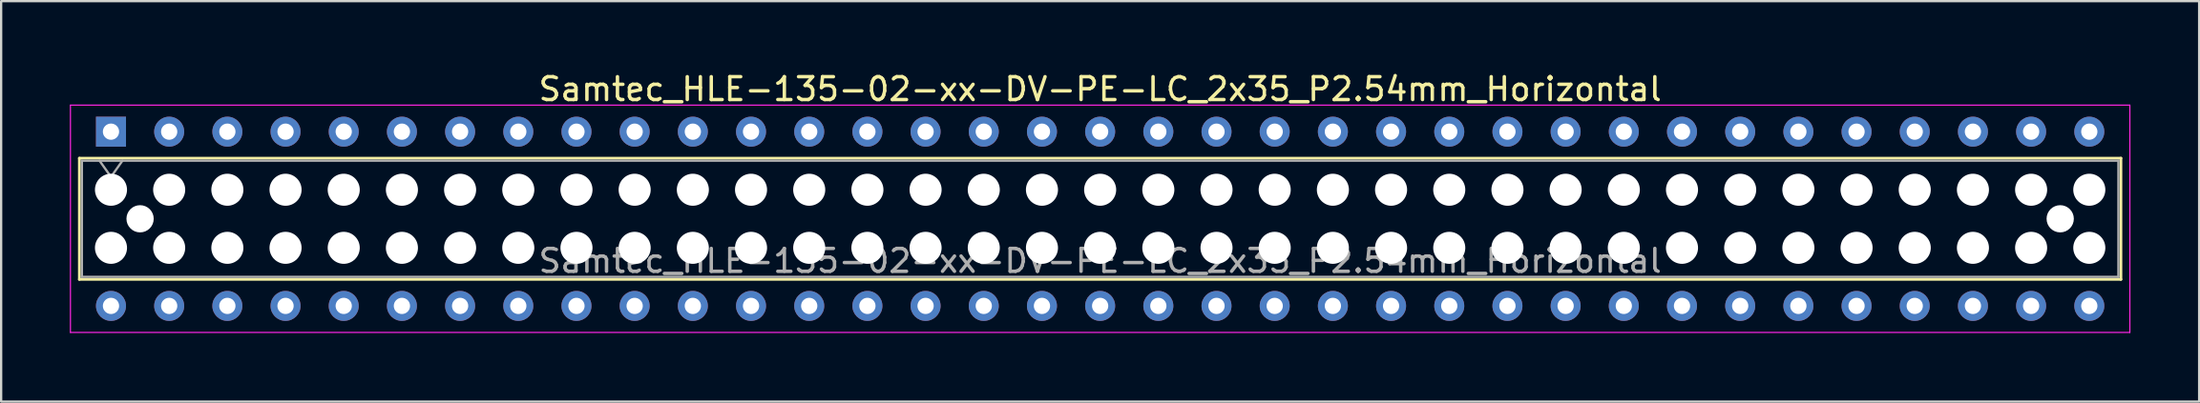
<source format=kicad_pcb>
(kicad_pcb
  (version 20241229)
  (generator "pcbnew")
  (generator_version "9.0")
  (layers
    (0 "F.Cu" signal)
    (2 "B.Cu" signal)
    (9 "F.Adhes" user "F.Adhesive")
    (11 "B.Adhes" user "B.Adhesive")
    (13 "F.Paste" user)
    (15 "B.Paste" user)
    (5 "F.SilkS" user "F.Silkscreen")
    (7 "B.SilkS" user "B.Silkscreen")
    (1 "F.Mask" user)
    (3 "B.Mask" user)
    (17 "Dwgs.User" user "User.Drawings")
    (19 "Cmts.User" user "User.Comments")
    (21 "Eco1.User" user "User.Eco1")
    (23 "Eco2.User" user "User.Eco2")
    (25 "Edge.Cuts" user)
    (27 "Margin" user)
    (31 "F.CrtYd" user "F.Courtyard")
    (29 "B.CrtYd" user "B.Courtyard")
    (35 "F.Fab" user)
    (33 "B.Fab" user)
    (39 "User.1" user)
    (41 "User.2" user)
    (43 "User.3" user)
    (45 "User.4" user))
  (footprint "Samtec_HLE-135-02-xx-DV-PE-LC_2x35_P2.54mm_Horizontal"
    (layer "F.Cu")
    (at 1.795 2.708)
    (property "Reference" "Samtec_HLE-135-02-xx-DV-PE-LC_2x35_P2.54mm_Horizontal" (at 43.18 -1.86 0) (layer "F.SilkS") (effects (font (size 1 1) (thickness 0.15))))
    (attr through_hole)
    (fp_line (start -1.38 1.16) (end 87.74 1.16) (stroke (width 0.12) (type solid)) (layer "F.SilkS"))
    (fp_line (start -1.38 6.46) (end -1.38 1.16) (stroke (width 0.12) (type solid)) (layer "F.SilkS"))
    (fp_line (start 87.74 1.16) (end 87.74 6.46) (stroke (width 0.12) (type solid)) (layer "F.SilkS"))
    (fp_line (start 87.74 6.46) (end -1.38 6.46) (stroke (width 0.12) (type solid)) (layer "F.SilkS"))
    (fp_line (start -1.77 -1.16) (end 88.13 -1.16) (stroke (width 0.05) (type solid)) (layer "F.CrtYd"))
    (fp_line (start -1.77 8.78) (end -1.77 -1.16) (stroke (width 0.05) (type solid)) (layer "F.CrtYd"))
    (fp_line (start 88.13 -1.16) (end 88.13 8.78) (stroke (width 0.05) (type solid)) (layer "F.CrtYd"))
    (fp_line (start 88.13 8.78) (end -1.77 8.78) (stroke (width 0.05) (type solid)) (layer "F.CrtYd"))
    (fp_line (start -1.27 1.27) (end 87.63 1.27) (stroke (width 0.1) (type solid)) (layer "F.Fab"))
    (fp_line (start -1.27 6.35) (end -1.27 1.27) (stroke (width 0.1) (type solid)) (layer "F.Fab"))
    (fp_line (start -0.5 1.27) (end 0 1.977) (stroke (width 0.1) (type solid)) (layer "F.Fab"))
    (fp_line (start 0 1.977) (end 0.5 1.27) (stroke (width 0.1) (type solid)) (layer "F.Fab"))
    (fp_line (start 87.63 1.27) (end 87.63 6.35) (stroke (width 0.1) (type solid)) (layer "F.Fab"))
    (fp_line (start 87.63 6.35) (end -1.27 6.35) (stroke (width 0.1) (type solid)) (layer "F.Fab"))
    (fp_text user "${REFERENCE}" (at 43.18 5.65 0) (layer "F.Fab") (effects (font (size 1 1) (thickness 0.15))))
    (pad "" np_thru_hole circle (at 0 2.54) (size 1.4 1.4) (drill 1.4) (layers "*.Cu" "*.Mask"))
    (pad "" np_thru_hole circle (at 0 5.08) (size 1.4 1.4) (drill 1.4) (layers "*.Cu" "*.Mask"))
    (pad "" np_thru_hole circle (at 1.27 3.81) (size 1.19 1.19) (drill 1.19) (layers "*.Cu" "*.Mask"))
    (pad "" np_thru_hole circle (at 2.54 2.54) (size 1.4 1.4) (drill 1.4) (layers "*.Cu" "*.Mask"))
    (pad "" np_thru_hole circle (at 2.54 5.08) (size 1.4 1.4) (drill 1.4) (layers "*.Cu" "*.Mask"))
    (pad "" np_thru_hole circle (at 5.08 2.54) (size 1.4 1.4) (drill 1.4) (layers "*.Cu" "*.Mask"))
    (pad "" np_thru_hole circle (at 5.08 5.08) (size 1.4 1.4) (drill 1.4) (layers "*.Cu" "*.Mask"))
    (pad "" np_thru_hole circle (at 7.62 2.54) (size 1.4 1.4) (drill 1.4) (layers "*.Cu" "*.Mask"))
    (pad "" np_thru_hole circle (at 7.62 5.08) (size 1.4 1.4) (drill 1.4) (layers "*.Cu" "*.Mask"))
    (pad "" np_thru_hole circle (at 10.16 2.54) (size 1.4 1.4) (drill 1.4) (layers "*.Cu" "*.Mask"))
    (pad "" np_thru_hole circle (at 10.16 5.08) (size 1.4 1.4) (drill 1.4) (layers "*.Cu" "*.Mask"))
    (pad "" np_thru_hole circle (at 12.7 2.54) (size 1.4 1.4) (drill 1.4) (layers "*.Cu" "*.Mask"))
    (pad "" np_thru_hole circle (at 12.7 5.08) (size 1.4 1.4) (drill 1.4) (layers "*.Cu" "*.Mask"))
    (pad "" np_thru_hole circle (at 15.24 2.54) (size 1.4 1.4) (drill 1.4) (layers "*.Cu" "*.Mask"))
    (pad "" np_thru_hole circle (at 15.24 5.08) (size 1.4 1.4) (drill 1.4) (layers "*.Cu" "*.Mask"))
    (pad "" np_thru_hole circle (at 17.78 2.54) (size 1.4 1.4) (drill 1.4) (layers "*.Cu" "*.Mask"))
    (pad "" np_thru_hole circle (at 17.78 5.08) (size 1.4 1.4) (drill 1.4) (layers "*.Cu" "*.Mask"))
    (pad "" np_thru_hole circle (at 20.32 2.54) (size 1.4 1.4) (drill 1.4) (layers "*.Cu" "*.Mask"))
    (pad "" np_thru_hole circle (at 20.32 5.08) (size 1.4 1.4) (drill 1.4) (layers "*.Cu" "*.Mask"))
    (pad "" np_thru_hole circle (at 22.86 2.54) (size 1.4 1.4) (drill 1.4) (layers "*.Cu" "*.Mask"))
    (pad "" np_thru_hole circle (at 22.86 5.08) (size 1.4 1.4) (drill 1.4) (layers "*.Cu" "*.Mask"))
    (pad "" np_thru_hole circle (at 25.4 2.54) (size 1.4 1.4) (drill 1.4) (layers "*.Cu" "*.Mask"))
    (pad "" np_thru_hole circle (at 25.4 5.08) (size 1.4 1.4) (drill 1.4) (layers "*.Cu" "*.Mask"))
    (pad "" np_thru_hole circle (at 27.94 2.54) (size 1.4 1.4) (drill 1.4) (layers "*.Cu" "*.Mask"))
    (pad "" np_thru_hole circle (at 27.94 5.08) (size 1.4 1.4) (drill 1.4) (layers "*.Cu" "*.Mask"))
    (pad "" np_thru_hole circle (at 30.48 2.54) (size 1.4 1.4) (drill 1.4) (layers "*.Cu" "*.Mask"))
    (pad "" np_thru_hole circle (at 30.48 5.08) (size 1.4 1.4) (drill 1.4) (layers "*.Cu" "*.Mask"))
    (pad "" np_thru_hole circle (at 33.02 2.54) (size 1.4 1.4) (drill 1.4) (layers "*.Cu" "*.Mask"))
    (pad "" np_thru_hole circle (at 33.02 5.08) (size 1.4 1.4) (drill 1.4) (layers "*.Cu" "*.Mask"))
    (pad "" np_thru_hole circle (at 35.56 2.54) (size 1.4 1.4) (drill 1.4) (layers "*.Cu" "*.Mask"))
    (pad "" np_thru_hole circle (at 35.56 5.08) (size 1.4 1.4) (drill 1.4) (layers "*.Cu" "*.Mask"))
    (pad "" np_thru_hole circle (at 38.1 2.54) (size 1.4 1.4) (drill 1.4) (layers "*.Cu" "*.Mask"))
    (pad "" np_thru_hole circle (at 38.1 5.08) (size 1.4 1.4) (drill 1.4) (layers "*.Cu" "*.Mask"))
    (pad "" np_thru_hole circle (at 40.64 2.54) (size 1.4 1.4) (drill 1.4) (layers "*.Cu" "*.Mask"))
    (pad "" np_thru_hole circle (at 40.64 5.08) (size 1.4 1.4) (drill 1.4) (layers "*.Cu" "*.Mask"))
    (pad "" np_thru_hole circle (at 43.18 2.54) (size 1.4 1.4) (drill 1.4) (layers "*.Cu" "*.Mask"))
    (pad "" np_thru_hole circle (at 43.18 5.08) (size 1.4 1.4) (drill 1.4) (layers "*.Cu" "*.Mask"))
    (pad "" np_thru_hole circle (at 45.72 2.54) (size 1.4 1.4) (drill 1.4) (layers "*.Cu" "*.Mask"))
    (pad "" np_thru_hole circle (at 45.72 5.08) (size 1.4 1.4) (drill 1.4) (layers "*.Cu" "*.Mask"))
    (pad "" np_thru_hole circle (at 48.26 2.54) (size 1.4 1.4) (drill 1.4) (layers "*.Cu" "*.Mask"))
    (pad "" np_thru_hole circle (at 48.26 5.08) (size 1.4 1.4) (drill 1.4) (layers "*.Cu" "*.Mask"))
    (pad "" np_thru_hole circle (at 50.8 2.54) (size 1.4 1.4) (drill 1.4) (layers "*.Cu" "*.Mask"))
    (pad "" np_thru_hole circle (at 50.8 5.08) (size 1.4 1.4) (drill 1.4) (layers "*.Cu" "*.Mask"))
    (pad "" np_thru_hole circle (at 53.34 2.54) (size 1.4 1.4) (drill 1.4) (layers "*.Cu" "*.Mask"))
    (pad "" np_thru_hole circle (at 53.34 5.08) (size 1.4 1.4) (drill 1.4) (layers "*.Cu" "*.Mask"))
    (pad "" np_thru_hole circle (at 55.88 2.54) (size 1.4 1.4) (drill 1.4) (layers "*.Cu" "*.Mask"))
    (pad "" np_thru_hole circle (at 55.88 5.08) (size 1.4 1.4) (drill 1.4) (layers "*.Cu" "*.Mask"))
    (pad "" np_thru_hole circle (at 58.42 2.54) (size 1.4 1.4) (drill 1.4) (layers "*.Cu" "*.Mask"))
    (pad "" np_thru_hole circle (at 58.42 5.08) (size 1.4 1.4) (drill 1.4) (layers "*.Cu" "*.Mask"))
    (pad "" np_thru_hole circle (at 60.96 2.54) (size 1.4 1.4) (drill 1.4) (layers "*.Cu" "*.Mask"))
    (pad "" np_thru_hole circle (at 60.96 5.08) (size 1.4 1.4) (drill 1.4) (layers "*.Cu" "*.Mask"))
    (pad "" np_thru_hole circle (at 63.5 2.54) (size 1.4 1.4) (drill 1.4) (layers "*.Cu" "*.Mask"))
    (pad "" np_thru_hole circle (at 63.5 5.08) (size 1.4 1.4) (drill 1.4) (layers "*.Cu" "*.Mask"))
    (pad "" np_thru_hole circle (at 66.04 2.54) (size 1.4 1.4) (drill 1.4) (layers "*.Cu" "*.Mask"))
    (pad "" np_thru_hole circle (at 66.04 5.08) (size 1.4 1.4) (drill 1.4) (layers "*.Cu" "*.Mask"))
    (pad "" np_thru_hole circle (at 68.58 2.54) (size 1.4 1.4) (drill 1.4) (layers "*.Cu" "*.Mask"))
    (pad "" np_thru_hole circle (at 68.58 5.08) (size 1.4 1.4) (drill 1.4) (layers "*.Cu" "*.Mask"))
    (pad "" np_thru_hole circle (at 71.12 2.54) (size 1.4 1.4) (drill 1.4) (layers "*.Cu" "*.Mask"))
    (pad "" np_thru_hole circle (at 71.12 5.08) (size 1.4 1.4) (drill 1.4) (layers "*.Cu" "*.Mask"))
    (pad "" np_thru_hole circle (at 73.66 2.54) (size 1.4 1.4) (drill 1.4) (layers "*.Cu" "*.Mask"))
    (pad "" np_thru_hole circle (at 73.66 5.08) (size 1.4 1.4) (drill 1.4) (layers "*.Cu" "*.Mask"))
    (pad "" np_thru_hole circle (at 76.2 2.54) (size 1.4 1.4) (drill 1.4) (layers "*.Cu" "*.Mask"))
    (pad "" np_thru_hole circle (at 76.2 5.08) (size 1.4 1.4) (drill 1.4) (layers "*.Cu" "*.Mask"))
    (pad "" np_thru_hole circle (at 78.74 2.54) (size 1.4 1.4) (drill 1.4) (layers "*.Cu" "*.Mask"))
    (pad "" np_thru_hole circle (at 78.74 5.08) (size 1.4 1.4) (drill 1.4) (layers "*.Cu" "*.Mask"))
    (pad "" np_thru_hole circle (at 81.28 2.54) (size 1.4 1.4) (drill 1.4) (layers "*.Cu" "*.Mask"))
    (pad "" np_thru_hole circle (at 81.28 5.08) (size 1.4 1.4) (drill 1.4) (layers "*.Cu" "*.Mask"))
    (pad "" np_thru_hole circle (at 83.82 2.54) (size 1.4 1.4) (drill 1.4) (layers "*.Cu" "*.Mask"))
    (pad "" np_thru_hole circle (at 83.82 5.08) (size 1.4 1.4) (drill 1.4) (layers "*.Cu" "*.Mask"))
    (pad "" np_thru_hole circle (at 85.09 3.81) (size 1.19 1.19) (drill 1.19) (layers "*.Cu" "*.Mask"))
    (pad "" np_thru_hole circle (at 86.36 2.54) (size 1.4 1.4) (drill 1.4) (layers "*.Cu" "*.Mask"))
    (pad "" np_thru_hole circle (at 86.36 5.08) (size 1.4 1.4) (drill 1.4) (layers "*.Cu" "*.Mask"))
    (pad "1" thru_hole rect (at 0 0) (size 1.31 1.31) (drill 0.71) (layers "*.Cu" "*.Mask"))
    (pad "2" thru_hole circle (at 0 7.62) (size 1.31 1.31) (drill 0.71) (layers "*.Cu" "*.Mask"))
    (pad "3" thru_hole circle (at 2.54 0) (size 1.31 1.31) (drill 0.71) (layers "*.Cu" "*.Mask"))
    (pad "4" thru_hole circle (at 2.54 7.62) (size 1.31 1.31) (drill 0.71) (layers "*.Cu" "*.Mask"))
    (pad "5" thru_hole circle (at 5.08 0) (size 1.31 1.31) (drill 0.71) (layers "*.Cu" "*.Mask"))
    (pad "6" thru_hole circle (at 5.08 7.62) (size 1.31 1.31) (drill 0.71) (layers "*.Cu" "*.Mask"))
    (pad "7" thru_hole circle (at 7.62 0) (size 1.31 1.31) (drill 0.71) (layers "*.Cu" "*.Mask"))
    (pad "8" thru_hole circle (at 7.62 7.62) (size 1.31 1.31) (drill 0.71) (layers "*.Cu" "*.Mask"))
    (pad "9" thru_hole circle (at 10.16 0) (size 1.31 1.31) (drill 0.71) (layers "*.Cu" "*.Mask"))
    (pad "10" thru_hole circle (at 10.16 7.62) (size 1.31 1.31) (drill 0.71) (layers "*.Cu" "*.Mask"))
    (pad "11" thru_hole circle (at 12.7 0) (size 1.31 1.31) (drill 0.71) (layers "*.Cu" "*.Mask"))
    (pad "12" thru_hole circle (at 12.7 7.62) (size 1.31 1.31) (drill 0.71) (layers "*.Cu" "*.Mask"))
    (pad "13" thru_hole circle (at 15.24 0) (size 1.31 1.31) (drill 0.71) (layers "*.Cu" "*.Mask"))
    (pad "14" thru_hole circle (at 15.24 7.62) (size 1.31 1.31) (drill 0.71) (layers "*.Cu" "*.Mask"))
    (pad "15" thru_hole circle (at 17.78 0) (size 1.31 1.31) (drill 0.71) (layers "*.Cu" "*.Mask"))
    (pad "16" thru_hole circle (at 17.78 7.62) (size 1.31 1.31) (drill 0.71) (layers "*.Cu" "*.Mask"))
    (pad "17" thru_hole circle (at 20.32 0) (size 1.31 1.31) (drill 0.71) (layers "*.Cu" "*.Mask"))
    (pad "18" thru_hole circle (at 20.32 7.62) (size 1.31 1.31) (drill 0.71) (layers "*.Cu" "*.Mask"))
    (pad "19" thru_hole circle (at 22.86 0) (size 1.31 1.31) (drill 0.71) (layers "*.Cu" "*.Mask"))
    (pad "20" thru_hole circle (at 22.86 7.62) (size 1.31 1.31) (drill 0.71) (layers "*.Cu" "*.Mask"))
    (pad "21" thru_hole circle (at 25.4 0) (size 1.31 1.31) (drill 0.71) (layers "*.Cu" "*.Mask"))
    (pad "22" thru_hole circle (at 25.4 7.62) (size 1.31 1.31) (drill 0.71) (layers "*.Cu" "*.Mask"))
    (pad "23" thru_hole circle (at 27.94 0) (size 1.31 1.31) (drill 0.71) (layers "*.Cu" "*.Mask"))
    (pad "24" thru_hole circle (at 27.94 7.62) (size 1.31 1.31) (drill 0.71) (layers "*.Cu" "*.Mask"))
    (pad "25" thru_hole circle (at 30.48 0) (size 1.31 1.31) (drill 0.71) (layers "*.Cu" "*.Mask"))
    (pad "26" thru_hole circle (at 30.48 7.62) (size 1.31 1.31) (drill 0.71) (layers "*.Cu" "*.Mask"))
    (pad "27" thru_hole circle (at 33.02 0) (size 1.31 1.31) (drill 0.71) (layers "*.Cu" "*.Mask"))
    (pad "28" thru_hole circle (at 33.02 7.62) (size 1.31 1.31) (drill 0.71) (layers "*.Cu" "*.Mask"))
    (pad "29" thru_hole circle (at 35.56 0) (size 1.31 1.31) (drill 0.71) (layers "*.Cu" "*.Mask"))
    (pad "30" thru_hole circle (at 35.56 7.62) (size 1.31 1.31) (drill 0.71) (layers "*.Cu" "*.Mask"))
    (pad "31" thru_hole circle (at 38.1 0) (size 1.31 1.31) (drill 0.71) (layers "*.Cu" "*.Mask"))
    (pad "32" thru_hole circle (at 38.1 7.62) (size 1.31 1.31) (drill 0.71) (layers "*.Cu" "*.Mask"))
    (pad "33" thru_hole circle (at 40.64 0) (size 1.31 1.31) (drill 0.71) (layers "*.Cu" "*.Mask"))
    (pad "34" thru_hole circle (at 40.64 7.62) (size 1.31 1.31) (drill 0.71) (layers "*.Cu" "*.Mask"))
    (pad "35" thru_hole circle (at 43.18 0) (size 1.31 1.31) (drill 0.71) (layers "*.Cu" "*.Mask"))
    (pad "36" thru_hole circle (at 43.18 7.62) (size 1.31 1.31) (drill 0.71) (layers "*.Cu" "*.Mask"))
    (pad "37" thru_hole circle (at 45.72 0) (size 1.31 1.31) (drill 0.71) (layers "*.Cu" "*.Mask"))
    (pad "38" thru_hole circle (at 45.72 7.62) (size 1.31 1.31) (drill 0.71) (layers "*.Cu" "*.Mask"))
    (pad "39" thru_hole circle (at 48.26 0) (size 1.31 1.31) (drill 0.71) (layers "*.Cu" "*.Mask"))
    (pad "40" thru_hole circle (at 48.26 7.62) (size 1.31 1.31) (drill 0.71) (layers "*.Cu" "*.Mask"))
    (pad "41" thru_hole circle (at 50.8 0) (size 1.31 1.31) (drill 0.71) (layers "*.Cu" "*.Mask"))
    (pad "42" thru_hole circle (at 50.8 7.62) (size 1.31 1.31) (drill 0.71) (layers "*.Cu" "*.Mask"))
    (pad "43" thru_hole circle (at 53.34 0) (size 1.31 1.31) (drill 0.71) (layers "*.Cu" "*.Mask"))
    (pad "44" thru_hole circle (at 53.34 7.62) (size 1.31 1.31) (drill 0.71) (layers "*.Cu" "*.Mask"))
    (pad "45" thru_hole circle (at 55.88 0) (size 1.31 1.31) (drill 0.71) (layers "*.Cu" "*.Mask"))
    (pad "46" thru_hole circle (at 55.88 7.62) (size 1.31 1.31) (drill 0.71) (layers "*.Cu" "*.Mask"))
    (pad "47" thru_hole circle (at 58.42 0) (size 1.31 1.31) (drill 0.71) (layers "*.Cu" "*.Mask"))
    (pad "48" thru_hole circle (at 58.42 7.62) (size 1.31 1.31) (drill 0.71) (layers "*.Cu" "*.Mask"))
    (pad "49" thru_hole circle (at 60.96 0) (size 1.31 1.31) (drill 0.71) (layers "*.Cu" "*.Mask"))
    (pad "50" thru_hole circle (at 60.96 7.62) (size 1.31 1.31) (drill 0.71) (layers "*.Cu" "*.Mask"))
    (pad "51" thru_hole circle (at 63.5 0) (size 1.31 1.31) (drill 0.71) (layers "*.Cu" "*.Mask"))
    (pad "52" thru_hole circle (at 63.5 7.62) (size 1.31 1.31) (drill 0.71) (layers "*.Cu" "*.Mask"))
    (pad "53" thru_hole circle (at 66.04 0) (size 1.31 1.31) (drill 0.71) (layers "*.Cu" "*.Mask"))
    (pad "54" thru_hole circle (at 66.04 7.62) (size 1.31 1.31) (drill 0.71) (layers "*.Cu" "*.Mask"))
    (pad "55" thru_hole circle (at 68.58 0) (size 1.31 1.31) (drill 0.71) (layers "*.Cu" "*.Mask"))
    (pad "56" thru_hole circle (at 68.58 7.62) (size 1.31 1.31) (drill 0.71) (layers "*.Cu" "*.Mask"))
    (pad "57" thru_hole circle (at 71.12 0) (size 1.31 1.31) (drill 0.71) (layers "*.Cu" "*.Mask"))
    (pad "58" thru_hole circle (at 71.12 7.62) (size 1.31 1.31) (drill 0.71) (layers "*.Cu" "*.Mask"))
    (pad "59" thru_hole circle (at 73.66 0) (size 1.31 1.31) (drill 0.71) (layers "*.Cu" "*.Mask"))
    (pad "60" thru_hole circle (at 73.66 7.62) (size 1.31 1.31) (drill 0.71) (layers "*.Cu" "*.Mask"))
    (pad "61" thru_hole circle (at 76.2 0) (size 1.31 1.31) (drill 0.71) (layers "*.Cu" "*.Mask"))
    (pad "62" thru_hole circle (at 76.2 7.62) (size 1.31 1.31) (drill 0.71) (layers "*.Cu" "*.Mask"))
    (pad "63" thru_hole circle (at 78.74 0) (size 1.31 1.31) (drill 0.71) (layers "*.Cu" "*.Mask"))
    (pad "64" thru_hole circle (at 78.74 7.62) (size 1.31 1.31) (drill 0.71) (layers "*.Cu" "*.Mask"))
    (pad "65" thru_hole circle (at 81.28 0) (size 1.31 1.31) (drill 0.71) (layers "*.Cu" "*.Mask"))
    (pad "66" thru_hole circle (at 81.28 7.62) (size 1.31 1.31) (drill 0.71) (layers "*.Cu" "*.Mask"))
    (pad "67" thru_hole circle (at 83.82 0) (size 1.31 1.31) (drill 0.71) (layers "*.Cu" "*.Mask"))
    (pad "68" thru_hole circle (at 83.82 7.62) (size 1.31 1.31) (drill 0.71) (layers "*.Cu" "*.Mask"))
    (pad "69" thru_hole circle (at 86.36 0) (size 1.31 1.31) (drill 0.71) (layers "*.Cu" "*.Mask"))
    (pad "70" thru_hole circle (at 86.36 7.62) (size 1.31 1.31) (drill 0.71) (layers "*.Cu" "*.Mask")))
  (gr_rect
    (start -3 -3)
    (end 92.95 14.513)
    (stroke (width 0.1) (type default))
    (fill no)
    (layer "Edge.Cuts")))
</source>
